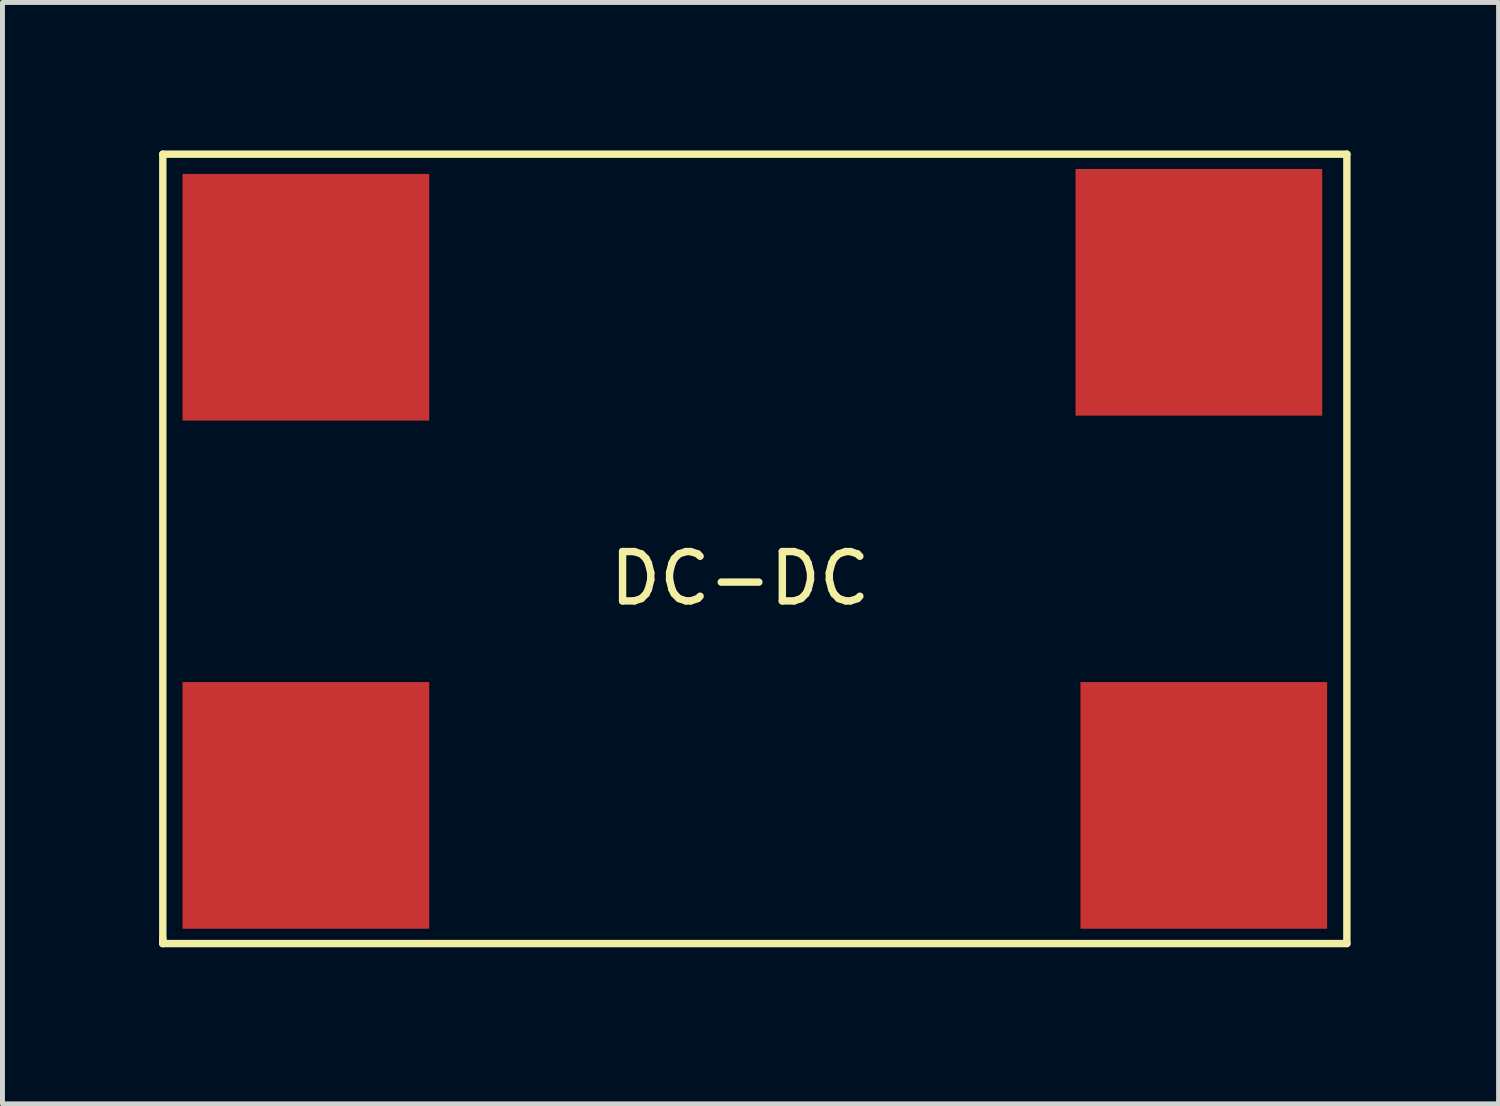
<source format=kicad_pcb>
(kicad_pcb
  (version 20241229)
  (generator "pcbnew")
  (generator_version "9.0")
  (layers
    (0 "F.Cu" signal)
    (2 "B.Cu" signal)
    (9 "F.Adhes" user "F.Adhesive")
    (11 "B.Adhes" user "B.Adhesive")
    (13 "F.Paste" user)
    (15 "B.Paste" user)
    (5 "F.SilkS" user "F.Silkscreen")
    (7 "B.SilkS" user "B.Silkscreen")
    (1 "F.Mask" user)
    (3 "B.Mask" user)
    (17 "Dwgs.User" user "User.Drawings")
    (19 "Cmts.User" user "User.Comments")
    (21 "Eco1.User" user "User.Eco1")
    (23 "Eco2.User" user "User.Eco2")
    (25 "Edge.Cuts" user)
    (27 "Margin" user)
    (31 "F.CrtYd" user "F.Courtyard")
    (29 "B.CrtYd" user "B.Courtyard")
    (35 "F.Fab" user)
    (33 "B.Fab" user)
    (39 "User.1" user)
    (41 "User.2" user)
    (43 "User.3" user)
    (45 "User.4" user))
  (footprint "DC-DC"
    (layer "F.Cu")
    (at 0.25 16.075)
    (property "Reference" "DC-DC" (at 11.7 -7.4 0) (layer "F.SilkS") (effects (font (size 1 1) (thickness 0.15))))
    (attr through_hole)
    (fp_line (start 0 -16) (end 0 0) (stroke (width 0.15) (type solid)) (layer "F.SilkS"))
    (fp_line (start 0 0) (end 0 -0.1) (stroke (width 0.15) (type solid)) (layer "F.SilkS"))
    (fp_line (start 0 0) (end 24 0) (stroke (width 0.15) (type solid)) (layer "F.SilkS"))
    (fp_line (start 24 -16) (end 0 -16) (stroke (width 0.15) (type solid)) (layer "F.SilkS"))
    (fp_line (start 24 0) (end 24 -16) (stroke (width 0.15) (type solid)) (layer "F.SilkS"))
    (pad "1" smd rect (at 2.9 -13.1) (size 5 5) (layers "F.Cu" "F.Mask" "F.Paste"))
    (pad "2" smd rect (at 2.9 -2.8) (size 5 5) (layers "F.Cu" "F.Mask" "F.Paste"))
    (pad "3" smd rect (at 21.1 -2.8) (size 5 5) (layers "F.Cu" "F.Mask" "F.Paste"))
    (pad "4" smd rect (at 21 -13.2) (size 5 5) (layers "F.Cu" "F.Mask" "F.Paste")))
  (gr_rect
    (start -3 -3)
    (end 27.325 19.325)
    (stroke (width 0.1) (type default))
    (fill no)
    (layer "Edge.Cuts")))
</source>
